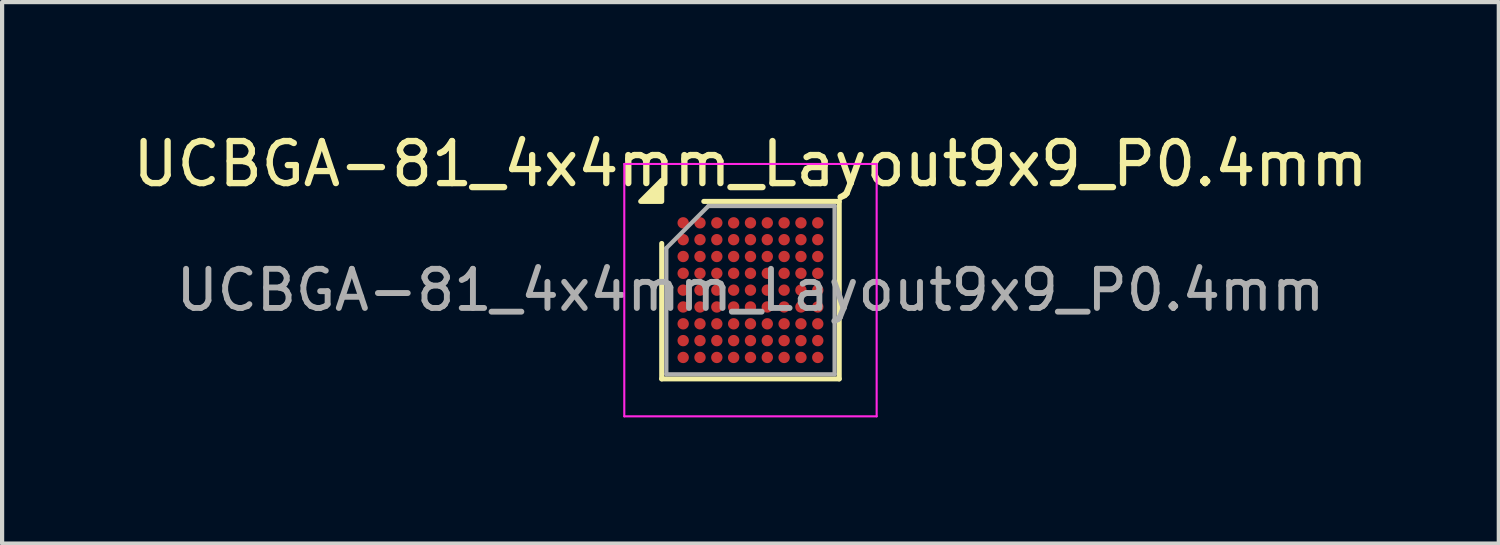
<source format=kicad_pcb>
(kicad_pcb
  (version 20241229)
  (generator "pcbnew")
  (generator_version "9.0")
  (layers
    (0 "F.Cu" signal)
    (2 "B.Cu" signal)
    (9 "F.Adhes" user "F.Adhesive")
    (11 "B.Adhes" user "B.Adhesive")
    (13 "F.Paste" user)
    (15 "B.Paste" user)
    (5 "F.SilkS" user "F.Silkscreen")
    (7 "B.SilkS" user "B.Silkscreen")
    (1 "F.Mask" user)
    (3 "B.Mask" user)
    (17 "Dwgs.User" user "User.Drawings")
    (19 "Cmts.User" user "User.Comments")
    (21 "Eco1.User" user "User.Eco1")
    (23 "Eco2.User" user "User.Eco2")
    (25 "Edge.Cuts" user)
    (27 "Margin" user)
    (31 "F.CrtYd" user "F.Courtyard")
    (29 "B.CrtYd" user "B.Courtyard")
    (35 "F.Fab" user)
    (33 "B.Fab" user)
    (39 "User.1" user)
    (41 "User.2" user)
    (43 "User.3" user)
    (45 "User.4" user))
  (footprint "UCBGA-81_4x4mm_Layout9x9_P0.4mm"
    (layer "F.Cu")
    (at 14.792 3.848)
    (property "Reference" "UCBGA-81_4x4mm_Layout9x9_P0.4mm" (at 0 -3 0) (layer "F.SilkS") (effects (font (size 1 1) (thickness 0.15))))
    (attr smd)
    (fp_line (start -2.11 2.11) (end -2.11 -1.11) (stroke (width 0.12) (type solid)) (layer "F.SilkS"))
    (fp_line (start -1.11 -2.11) (end 2.11 -2.11) (stroke (width 0.12) (type solid)) (layer "F.SilkS"))
    (fp_line (start 2.11 -2.11) (end 2.11 2.11) (stroke (width 0.12) (type solid)) (layer "F.SilkS"))
    (fp_line (start 2.11 2.11) (end -2.11 2.11) (stroke (width 0.12) (type solid)) (layer "F.SilkS"))
    (fp_poly (pts (xy -2.11 -2.11) (xy -2.61 -2.11) (xy -2.11 -2.61) (xy -2.11 -2.11)) (stroke (width 0.12) (type solid)) (fill yes) (layer "F.SilkS"))
    (fp_line (start -3 -3) (end -3 3) (stroke (width 0.05) (type solid)) (layer "F.CrtYd"))
    (fp_line (start -3 3) (end 3 3) (stroke (width 0.05) (type solid)) (layer "F.CrtYd"))
    (fp_line (start 3 -3) (end -3 -3) (stroke (width 0.05) (type solid)) (layer "F.CrtYd"))
    (fp_line (start 3 3) (end 3 -3) (stroke (width 0.05) (type solid)) (layer "F.CrtYd"))
    (fp_line (start -2 -1) (end -1 -2) (stroke (width 0.1) (type solid)) (layer "F.Fab"))
    (fp_line (start -2 2) (end -2 -1) (stroke (width 0.1) (type solid)) (layer "F.Fab"))
    (fp_line (start -1 -2) (end 2 -2) (stroke (width 0.1) (type solid)) (layer "F.Fab"))
    (fp_line (start 2 -2) (end 2 2) (stroke (width 0.1) (type solid)) (layer "F.Fab"))
    (fp_line (start 2 2) (end -2 2) (stroke (width 0.1) (type solid)) (layer "F.Fab"))
    (fp_text user "${REFERENCE}" (at 0 0 0) (layer "F.Fab") (effects (font (size 0.93 0.93) (thickness 0.14))))
    (pad "A1" smd circle (at -1.6 -1.6) (size 0.27 0.27) (property pad_prop_bga) (layers "F.Cu" "F.Mask" "F.Paste"))
    (pad "A2" smd circle (at -1.2 -1.6) (size 0.27 0.27) (property pad_prop_bga) (layers "F.Cu" "F.Mask" "F.Paste"))
    (pad "A3" smd circle (at -0.8 -1.6) (size 0.27 0.27) (property pad_prop_bga) (layers "F.Cu" "F.Mask" "F.Paste"))
    (pad "A4" smd circle (at -0.4 -1.6) (size 0.27 0.27) (property pad_prop_bga) (layers "F.Cu" "F.Mask" "F.Paste"))
    (pad "A5" smd circle (at 0 -1.6) (size 0.27 0.27) (property pad_prop_bga) (layers "F.Cu" "F.Mask" "F.Paste"))
    (pad "A6" smd circle (at 0.4 -1.6) (size 0.27 0.27) (property pad_prop_bga) (layers "F.Cu" "F.Mask" "F.Paste"))
    (pad "A7" smd circle (at 0.8 -1.6) (size 0.27 0.27) (property pad_prop_bga) (layers "F.Cu" "F.Mask" "F.Paste"))
    (pad "A8" smd circle (at 1.2 -1.6) (size 0.27 0.27) (property pad_prop_bga) (layers "F.Cu" "F.Mask" "F.Paste"))
    (pad "A9" smd circle (at 1.6 -1.6) (size 0.27 0.27) (property pad_prop_bga) (layers "F.Cu" "F.Mask" "F.Paste"))
    (pad "B1" smd circle (at -1.6 -1.2) (size 0.27 0.27) (property pad_prop_bga) (layers "F.Cu" "F.Mask" "F.Paste"))
    (pad "B2" smd circle (at -1.2 -1.2) (size 0.27 0.27) (property pad_prop_bga) (layers "F.Cu" "F.Mask" "F.Paste"))
    (pad "B3" smd circle (at -0.8 -1.2) (size 0.27 0.27) (property pad_prop_bga) (layers "F.Cu" "F.Mask" "F.Paste"))
    (pad "B4" smd circle (at -0.4 -1.2) (size 0.27 0.27) (property pad_prop_bga) (layers "F.Cu" "F.Mask" "F.Paste"))
    (pad "B5" smd circle (at 0 -1.2) (size 0.27 0.27) (property pad_prop_bga) (layers "F.Cu" "F.Mask" "F.Paste"))
    (pad "B6" smd circle (at 0.4 -1.2) (size 0.27 0.27) (property pad_prop_bga) (layers "F.Cu" "F.Mask" "F.Paste"))
    (pad "B7" smd circle (at 0.8 -1.2) (size 0.27 0.27) (property pad_prop_bga) (layers "F.Cu" "F.Mask" "F.Paste"))
    (pad "B8" smd circle (at 1.2 -1.2) (size 0.27 0.27) (property pad_prop_bga) (layers "F.Cu" "F.Mask" "F.Paste"))
    (pad "B9" smd circle (at 1.6 -1.2) (size 0.27 0.27) (property pad_prop_bga) (layers "F.Cu" "F.Mask" "F.Paste"))
    (pad "C1" smd circle (at -1.6 -0.8) (size 0.27 0.27) (property pad_prop_bga) (layers "F.Cu" "F.Mask" "F.Paste"))
    (pad "C2" smd circle (at -1.2 -0.8) (size 0.27 0.27) (property pad_prop_bga) (layers "F.Cu" "F.Mask" "F.Paste"))
    (pad "C3" smd circle (at -0.8 -0.8) (size 0.27 0.27) (property pad_prop_bga) (layers "F.Cu" "F.Mask" "F.Paste"))
    (pad "C4" smd circle (at -0.4 -0.8) (size 0.27 0.27) (property pad_prop_bga) (layers "F.Cu" "F.Mask" "F.Paste"))
    (pad "C5" smd circle (at 0 -0.8) (size 0.27 0.27) (property pad_prop_bga) (layers "F.Cu" "F.Mask" "F.Paste"))
    (pad "C6" smd circle (at 0.4 -0.8) (size 0.27 0.27) (property pad_prop_bga) (layers "F.Cu" "F.Mask" "F.Paste"))
    (pad "C7" smd circle (at 0.8 -0.8) (size 0.27 0.27) (property pad_prop_bga) (layers "F.Cu" "F.Mask" "F.Paste"))
    (pad "C8" smd circle (at 1.2 -0.8) (size 0.27 0.27) (property pad_prop_bga) (layers "F.Cu" "F.Mask" "F.Paste"))
    (pad "C9" smd circle (at 1.6 -0.8) (size 0.27 0.27) (property pad_prop_bga) (layers "F.Cu" "F.Mask" "F.Paste"))
    (pad "D1" smd circle (at -1.6 -0.4) (size 0.27 0.27) (property pad_prop_bga) (layers "F.Cu" "F.Mask" "F.Paste"))
    (pad "D2" smd circle (at -1.2 -0.4) (size 0.27 0.27) (property pad_prop_bga) (layers "F.Cu" "F.Mask" "F.Paste"))
    (pad "D3" smd circle (at -0.8 -0.4) (size 0.27 0.27) (property pad_prop_bga) (layers "F.Cu" "F.Mask" "F.Paste"))
    (pad "D4" smd circle (at -0.4 -0.4) (size 0.27 0.27) (property pad_prop_bga) (layers "F.Cu" "F.Mask" "F.Paste"))
    (pad "D5" smd circle (at 0 -0.4) (size 0.27 0.27) (property pad_prop_bga) (layers "F.Cu" "F.Mask" "F.Paste"))
    (pad "D6" smd circle (at 0.4 -0.4) (size 0.27 0.27) (property pad_prop_bga) (layers "F.Cu" "F.Mask" "F.Paste"))
    (pad "D7" smd circle (at 0.8 -0.4) (size 0.27 0.27) (property pad_prop_bga) (layers "F.Cu" "F.Mask" "F.Paste"))
    (pad "D8" smd circle (at 1.2 -0.4) (size 0.27 0.27) (property pad_prop_bga) (layers "F.Cu" "F.Mask" "F.Paste"))
    (pad "D9" smd circle (at 1.6 -0.4) (size 0.27 0.27) (property pad_prop_bga) (layers "F.Cu" "F.Mask" "F.Paste"))
    (pad "E1" smd circle (at -1.6 0) (size 0.27 0.27) (property pad_prop_bga) (layers "F.Cu" "F.Mask" "F.Paste"))
    (pad "E2" smd circle (at -1.2 0) (size 0.27 0.27) (property pad_prop_bga) (layers "F.Cu" "F.Mask" "F.Paste"))
    (pad "E3" smd circle (at -0.8 0) (size 0.27 0.27) (property pad_prop_bga) (layers "F.Cu" "F.Mask" "F.Paste"))
    (pad "E4" smd circle (at -0.4 0) (size 0.27 0.27) (property pad_prop_bga) (layers "F.Cu" "F.Mask" "F.Paste"))
    (pad "E5" smd circle (at 0 0) (size 0.27 0.27) (property pad_prop_bga) (layers "F.Cu" "F.Mask" "F.Paste"))
    (pad "E6" smd circle (at 0.4 0) (size 0.27 0.27) (property pad_prop_bga) (layers "F.Cu" "F.Mask" "F.Paste"))
    (pad "E7" smd circle (at 0.8 0) (size 0.27 0.27) (property pad_prop_bga) (layers "F.Cu" "F.Mask" "F.Paste"))
    (pad "E8" smd circle (at 1.2 0) (size 0.27 0.27) (property pad_prop_bga) (layers "F.Cu" "F.Mask" "F.Paste"))
    (pad "E9" smd circle (at 1.6 0) (size 0.27 0.27) (property pad_prop_bga) (layers "F.Cu" "F.Mask" "F.Paste"))
    (pad "F1" smd circle (at -1.6 0.4) (size 0.27 0.27) (property pad_prop_bga) (layers "F.Cu" "F.Mask" "F.Paste"))
    (pad "F2" smd circle (at -1.2 0.4) (size 0.27 0.27) (property pad_prop_bga) (layers "F.Cu" "F.Mask" "F.Paste"))
    (pad "F3" smd circle (at -0.8 0.4) (size 0.27 0.27) (property pad_prop_bga) (layers "F.Cu" "F.Mask" "F.Paste"))
    (pad "F4" smd circle (at -0.4 0.4) (size 0.27 0.27) (property pad_prop_bga) (layers "F.Cu" "F.Mask" "F.Paste"))
    (pad "F5" smd circle (at 0 0.4) (size 0.27 0.27) (property pad_prop_bga) (layers "F.Cu" "F.Mask" "F.Paste"))
    (pad "F6" smd circle (at 0.4 0.4) (size 0.27 0.27) (property pad_prop_bga) (layers "F.Cu" "F.Mask" "F.Paste"))
    (pad "F7" smd circle (at 0.8 0.4) (size 0.27 0.27) (property pad_prop_bga) (layers "F.Cu" "F.Mask" "F.Paste"))
    (pad "F8" smd circle (at 1.2 0.4) (size 0.27 0.27) (property pad_prop_bga) (layers "F.Cu" "F.Mask" "F.Paste"))
    (pad "F9" smd circle (at 1.6 0.4) (size 0.27 0.27) (property pad_prop_bga) (layers "F.Cu" "F.Mask" "F.Paste"))
    (pad "G1" smd circle (at -1.6 0.8) (size 0.27 0.27) (property pad_prop_bga) (layers "F.Cu" "F.Mask" "F.Paste"))
    (pad "G2" smd circle (at -1.2 0.8) (size 0.27 0.27) (property pad_prop_bga) (layers "F.Cu" "F.Mask" "F.Paste"))
    (pad "G3" smd circle (at -0.8 0.8) (size 0.27 0.27) (property pad_prop_bga) (layers "F.Cu" "F.Mask" "F.Paste"))
    (pad "G4" smd circle (at -0.4 0.8) (size 0.27 0.27) (property pad_prop_bga) (layers "F.Cu" "F.Mask" "F.Paste"))
    (pad "G5" smd circle (at 0 0.8) (size 0.27 0.27) (property pad_prop_bga) (layers "F.Cu" "F.Mask" "F.Paste"))
    (pad "G6" smd circle (at 0.4 0.8) (size 0.27 0.27) (property pad_prop_bga) (layers "F.Cu" "F.Mask" "F.Paste"))
    (pad "G7" smd circle (at 0.8 0.8) (size 0.27 0.27) (property pad_prop_bga) (layers "F.Cu" "F.Mask" "F.Paste"))
    (pad "G8" smd circle (at 1.2 0.8) (size 0.27 0.27) (property pad_prop_bga) (layers "F.Cu" "F.Mask" "F.Paste"))
    (pad "G9" smd circle (at 1.6 0.8) (size 0.27 0.27) (property pad_prop_bga) (layers "F.Cu" "F.Mask" "F.Paste"))
    (pad "H1" smd circle (at -1.6 1.2) (size 0.27 0.27) (property pad_prop_bga) (layers "F.Cu" "F.Mask" "F.Paste"))
    (pad "H2" smd circle (at -1.2 1.2) (size 0.27 0.27) (property pad_prop_bga) (layers "F.Cu" "F.Mask" "F.Paste"))
    (pad "H3" smd circle (at -0.8 1.2) (size 0.27 0.27) (property pad_prop_bga) (layers "F.Cu" "F.Mask" "F.Paste"))
    (pad "H4" smd circle (at -0.4 1.2) (size 0.27 0.27) (property pad_prop_bga) (layers "F.Cu" "F.Mask" "F.Paste"))
    (pad "H5" smd circle (at 0 1.2) (size 0.27 0.27) (property pad_prop_bga) (layers "F.Cu" "F.Mask" "F.Paste"))
    (pad "H6" smd circle (at 0.4 1.2) (size 0.27 0.27) (property pad_prop_bga) (layers "F.Cu" "F.Mask" "F.Paste"))
    (pad "H7" smd circle (at 0.8 1.2) (size 0.27 0.27) (property pad_prop_bga) (layers "F.Cu" "F.Mask" "F.Paste"))
    (pad "H8" smd circle (at 1.2 1.2) (size 0.27 0.27) (property pad_prop_bga) (layers "F.Cu" "F.Mask" "F.Paste"))
    (pad "H9" smd circle (at 1.6 1.2) (size 0.27 0.27) (property pad_prop_bga) (layers "F.Cu" "F.Mask" "F.Paste"))
    (pad "J1" smd circle (at -1.6 1.6) (size 0.27 0.27) (property pad_prop_bga) (layers "F.Cu" "F.Mask" "F.Paste"))
    (pad "J2" smd circle (at -1.2 1.6) (size 0.27 0.27) (property pad_prop_bga) (layers "F.Cu" "F.Mask" "F.Paste"))
    (pad "J3" smd circle (at -0.8 1.6) (size 0.27 0.27) (property pad_prop_bga) (layers "F.Cu" "F.Mask" "F.Paste"))
    (pad "J4" smd circle (at -0.4 1.6) (size 0.27 0.27) (property pad_prop_bga) (layers "F.Cu" "F.Mask" "F.Paste"))
    (pad "J5" smd circle (at 0 1.6) (size 0.27 0.27) (property pad_prop_bga) (layers "F.Cu" "F.Mask" "F.Paste"))
    (pad "J6" smd circle (at 0.4 1.6) (size 0.27 0.27) (property pad_prop_bga) (layers "F.Cu" "F.Mask" "F.Paste"))
    (pad "J7" smd circle (at 0.8 1.6) (size 0.27 0.27) (property pad_prop_bga) (layers "F.Cu" "F.Mask" "F.Paste"))
    (pad "J8" smd circle (at 1.2 1.6) (size 0.27 0.27) (property pad_prop_bga) (layers "F.Cu" "F.Mask" "F.Paste"))
    (pad "J9" smd circle (at 1.6 1.6) (size 0.27 0.27) (property pad_prop_bga) (layers "F.Cu" "F.Mask" "F.Paste")))
  (gr_rect
    (start -3 -3)
    (end 32.583 9.873)
    (stroke (width 0.1) (type default))
    (fill no)
    (layer "Edge.Cuts")))
</source>
